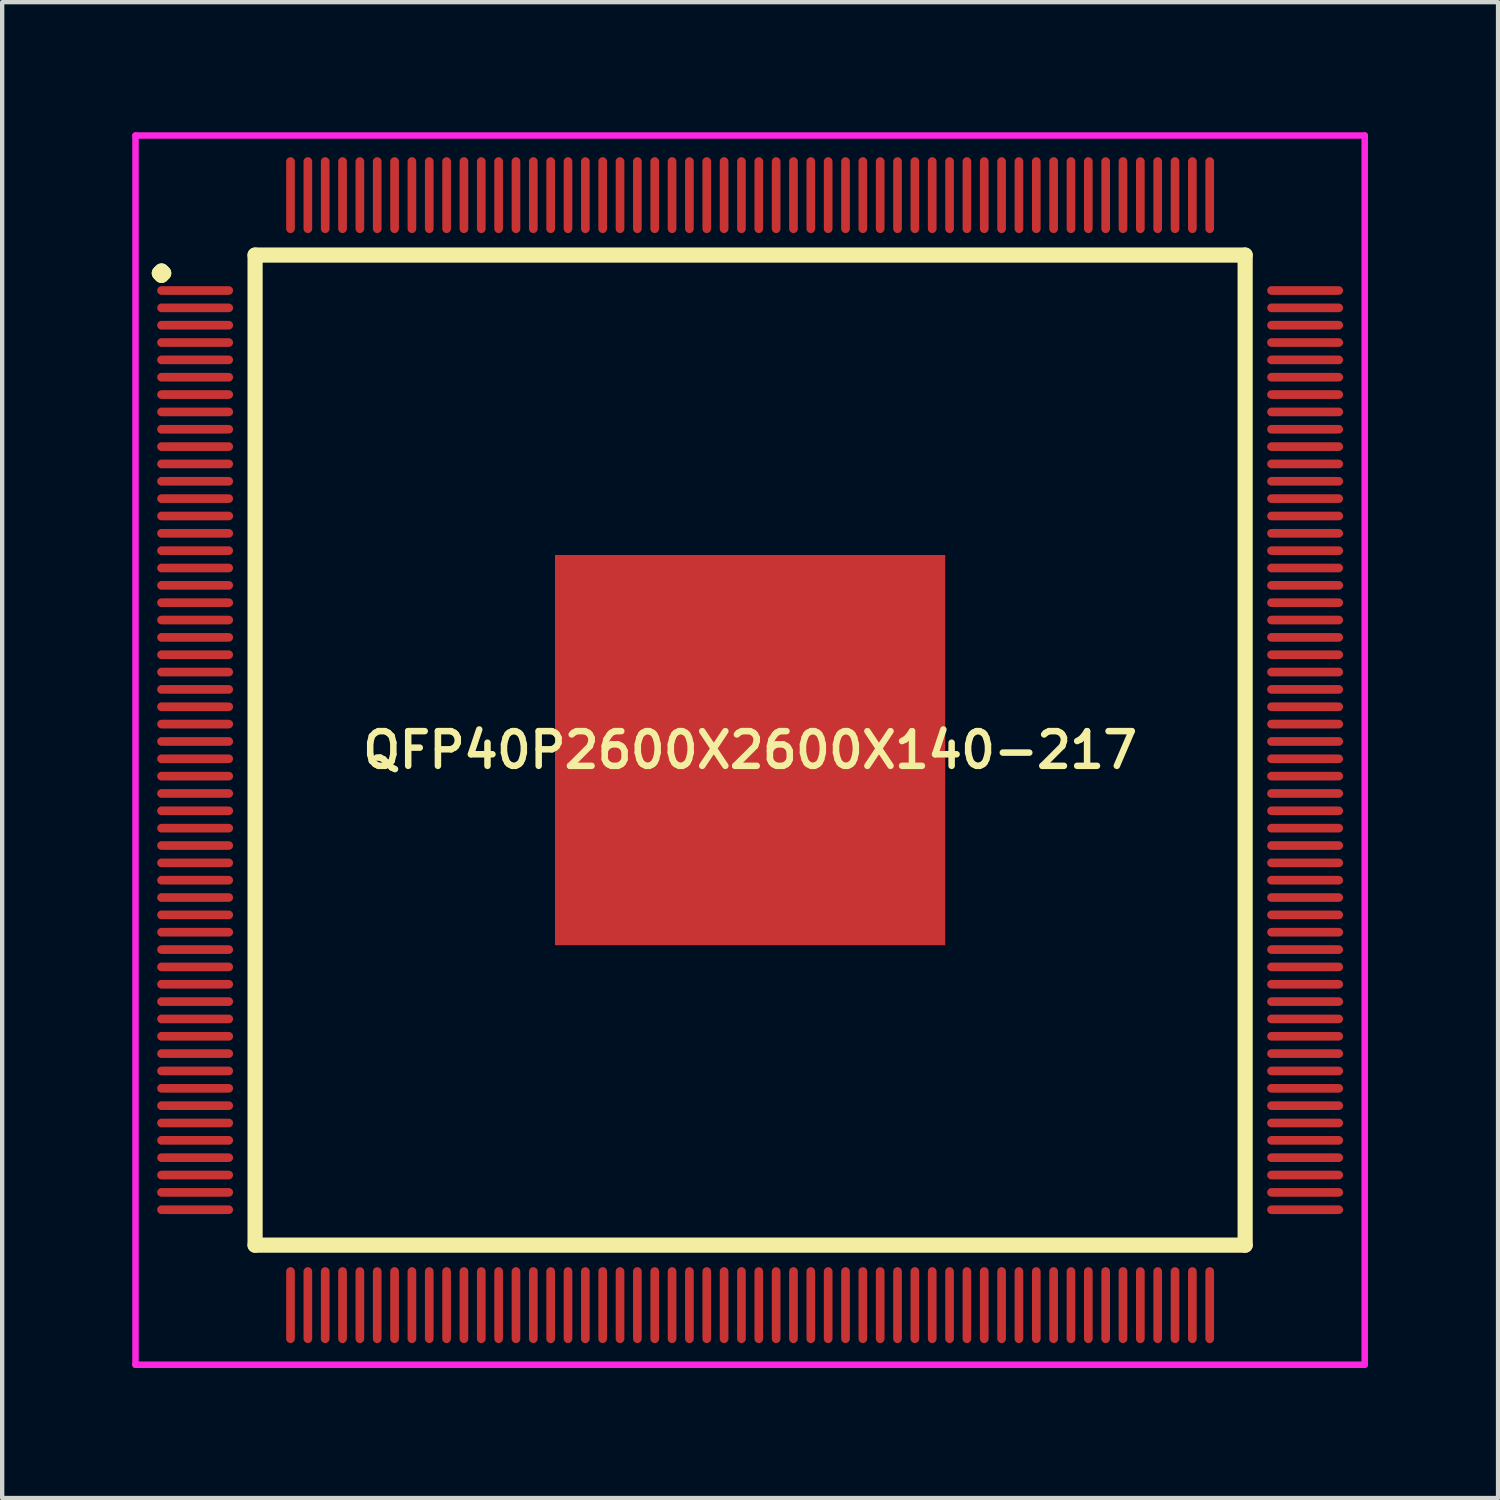
<source format=kicad_pcb>
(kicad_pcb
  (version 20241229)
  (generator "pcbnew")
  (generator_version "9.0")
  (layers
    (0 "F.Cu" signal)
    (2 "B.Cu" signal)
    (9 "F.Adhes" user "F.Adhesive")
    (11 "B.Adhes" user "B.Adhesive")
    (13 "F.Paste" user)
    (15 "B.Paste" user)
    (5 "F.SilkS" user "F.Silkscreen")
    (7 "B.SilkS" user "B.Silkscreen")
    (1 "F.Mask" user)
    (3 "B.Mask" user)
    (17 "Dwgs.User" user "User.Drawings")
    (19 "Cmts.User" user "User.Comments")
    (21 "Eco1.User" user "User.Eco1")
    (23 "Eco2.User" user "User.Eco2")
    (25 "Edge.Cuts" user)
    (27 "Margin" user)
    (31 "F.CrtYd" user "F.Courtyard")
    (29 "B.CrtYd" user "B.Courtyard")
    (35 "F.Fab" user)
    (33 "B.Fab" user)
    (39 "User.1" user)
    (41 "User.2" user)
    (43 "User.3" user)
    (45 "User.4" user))
  (footprint "QFP40P2600X2600X140-217"
    (layer "F.Cu")
    (at 14.25 14.25)
    (property "Reference" "QFP40P2600X2600X140-217" (at 0 0 0) (layer "F.SilkS") (effects (font (size 0.8 0.8) (thickness 0.15))))
    (attr smd)
    (fp_line (start -13.625 -11) (end -13.575 -11.05) (stroke (width 0.35) (type solid)) (layer "F.SilkS"))
    (fp_line (start -13.575 -11.05) (end -13.525 -11) (stroke (width 0.35) (type solid)) (layer "F.SilkS"))
    (fp_line (start -13.575 -10.95) (end -13.625 -11) (stroke (width 0.35) (type solid)) (layer "F.SilkS"))
    (fp_line (start -13.525 -11) (end -13.575 -10.95) (stroke (width 0.35) (type solid)) (layer "F.SilkS"))
    (fp_line (start -11.417 -11.417) (end -11.417 11.417) (stroke (width 0.35) (type solid)) (layer "F.SilkS"))
    (fp_line (start -11.417 11.417) (end 11.417 11.417) (stroke (width 0.35) (type solid)) (layer "F.SilkS"))
    (fp_line (start 11.417 -11.417) (end -11.417 -11.417) (stroke (width 0.35) (type solid)) (layer "F.SilkS"))
    (fp_line (start 11.417 11.417) (end 11.417 -11.417) (stroke (width 0.35) (type solid)) (layer "F.SilkS"))
    (fp_line (start -14.175 -14.175) (end 14.175 -14.175) (stroke (width 0.15) (type solid)) (layer "F.CrtYd"))
    (fp_line (start -14.175 14.175) (end -14.175 -14.175) (stroke (width 0.15) (type solid)) (layer "F.CrtYd"))
    (fp_line (start 14.175 -14.175) (end 14.175 14.175) (stroke (width 0.15) (type solid)) (layer "F.CrtYd"))
    (fp_line (start 14.175 14.175) (end -14.175 14.175) (stroke (width 0.15) (type solid)) (layer "F.CrtYd"))
    (pad "1" smd oval (at -12.8 -10.6) (size 1.75 0.2) (layers "F.Cu" "F.Mask" "F.Paste"))
    (pad "2" smd oval (at -12.8 -10.2) (size 1.75 0.2) (layers "F.Cu" "F.Mask" "F.Paste"))
    (pad "3" smd oval (at -12.8 -9.8) (size 1.75 0.2) (layers "F.Cu" "F.Mask" "F.Paste"))
    (pad "4" smd oval (at -12.8 -9.4) (size 1.75 0.2) (layers "F.Cu" "F.Mask" "F.Paste"))
    (pad "5" smd oval (at -12.8 -9) (size 1.75 0.2) (layers "F.Cu" "F.Mask" "F.Paste"))
    (pad "6" smd oval (at -12.8 -8.6) (size 1.75 0.2) (layers "F.Cu" "F.Mask" "F.Paste"))
    (pad "7" smd oval (at -12.8 -8.2) (size 1.75 0.2) (layers "F.Cu" "F.Mask" "F.Paste"))
    (pad "8" smd oval (at -12.8 -7.8) (size 1.75 0.2) (layers "F.Cu" "F.Mask" "F.Paste"))
    (pad "9" smd oval (at -12.8 -7.4) (size 1.75 0.2) (layers "F.Cu" "F.Mask" "F.Paste"))
    (pad "10" smd oval (at -12.8 -7) (size 1.75 0.2) (layers "F.Cu" "F.Mask" "F.Paste"))
    (pad "11" smd oval (at -12.8 -6.6) (size 1.75 0.2) (layers "F.Cu" "F.Mask" "F.Paste"))
    (pad "12" smd oval (at -12.8 -6.2) (size 1.75 0.2) (layers "F.Cu" "F.Mask" "F.Paste"))
    (pad "13" smd oval (at -12.8 -5.8) (size 1.75 0.2) (layers "F.Cu" "F.Mask" "F.Paste"))
    (pad "14" smd oval (at -12.8 -5.4) (size 1.75 0.2) (layers "F.Cu" "F.Mask" "F.Paste"))
    (pad "15" smd oval (at -12.8 -5) (size 1.75 0.2) (layers "F.Cu" "F.Mask" "F.Paste"))
    (pad "16" smd oval (at -12.8 -4.6) (size 1.75 0.2) (layers "F.Cu" "F.Mask" "F.Paste"))
    (pad "17" smd oval (at -12.8 -4.2) (size 1.75 0.2) (layers "F.Cu" "F.Mask" "F.Paste"))
    (pad "18" smd oval (at -12.8 -3.8) (size 1.75 0.2) (layers "F.Cu" "F.Mask" "F.Paste"))
    (pad "19" smd oval (at -12.8 -3.4) (size 1.75 0.2) (layers "F.Cu" "F.Mask" "F.Paste"))
    (pad "20" smd oval (at -12.8 -3) (size 1.75 0.2) (layers "F.Cu" "F.Mask" "F.Paste"))
    (pad "21" smd oval (at -12.8 -2.6) (size 1.75 0.2) (layers "F.Cu" "F.Mask" "F.Paste"))
    (pad "22" smd oval (at -12.8 -2.2) (size 1.75 0.2) (layers "F.Cu" "F.Mask" "F.Paste"))
    (pad "23" smd oval (at -12.8 -1.8) (size 1.75 0.2) (layers "F.Cu" "F.Mask" "F.Paste"))
    (pad "24" smd oval (at -12.8 -1.4) (size 1.75 0.2) (layers "F.Cu" "F.Mask" "F.Paste"))
    (pad "25" smd oval (at -12.8 -1) (size 1.75 0.2) (layers "F.Cu" "F.Mask" "F.Paste"))
    (pad "26" smd oval (at -12.8 -0.6) (size 1.75 0.2) (layers "F.Cu" "F.Mask" "F.Paste"))
    (pad "27" smd oval (at -12.8 -0.2) (size 1.75 0.2) (layers "F.Cu" "F.Mask" "F.Paste"))
    (pad "28" smd oval (at -12.8 0.2) (size 1.75 0.2) (layers "F.Cu" "F.Mask" "F.Paste"))
    (pad "29" smd oval (at -12.8 0.6) (size 1.75 0.2) (layers "F.Cu" "F.Mask" "F.Paste"))
    (pad "30" smd oval (at -12.8 1) (size 1.75 0.2) (layers "F.Cu" "F.Mask" "F.Paste"))
    (pad "31" smd oval (at -12.8 1.4) (size 1.75 0.2) (layers "F.Cu" "F.Mask" "F.Paste"))
    (pad "32" smd oval (at -12.8 1.8) (size 1.75 0.2) (layers "F.Cu" "F.Mask" "F.Paste"))
    (pad "33" smd oval (at -12.8 2.2) (size 1.75 0.2) (layers "F.Cu" "F.Mask" "F.Paste"))
    (pad "34" smd oval (at -12.8 2.6) (size 1.75 0.2) (layers "F.Cu" "F.Mask" "F.Paste"))
    (pad "35" smd oval (at -12.8 3) (size 1.75 0.2) (layers "F.Cu" "F.Mask" "F.Paste"))
    (pad "36" smd oval (at -12.8 3.4) (size 1.75 0.2) (layers "F.Cu" "F.Mask" "F.Paste"))
    (pad "37" smd oval (at -12.8 3.8) (size 1.75 0.2) (layers "F.Cu" "F.Mask" "F.Paste"))
    (pad "38" smd oval (at -12.8 4.2) (size 1.75 0.2) (layers "F.Cu" "F.Mask" "F.Paste"))
    (pad "39" smd oval (at -12.8 4.6) (size 1.75 0.2) (layers "F.Cu" "F.Mask" "F.Paste"))
    (pad "40" smd oval (at -12.8 5) (size 1.75 0.2) (layers "F.Cu" "F.Mask" "F.Paste"))
    (pad "41" smd oval (at -12.8 5.4) (size 1.75 0.2) (layers "F.Cu" "F.Mask" "F.Paste"))
    (pad "42" smd oval (at -12.8 5.8) (size 1.75 0.2) (layers "F.Cu" "F.Mask" "F.Paste"))
    (pad "43" smd oval (at -12.8 6.2) (size 1.75 0.2) (layers "F.Cu" "F.Mask" "F.Paste"))
    (pad "44" smd oval (at -12.8 6.6) (size 1.75 0.2) (layers "F.Cu" "F.Mask" "F.Paste"))
    (pad "45" smd oval (at -12.8 7) (size 1.75 0.2) (layers "F.Cu" "F.Mask" "F.Paste"))
    (pad "46" smd oval (at -12.8 7.4) (size 1.75 0.2) (layers "F.Cu" "F.Mask" "F.Paste"))
    (pad "47" smd oval (at -12.8 7.8) (size 1.75 0.2) (layers "F.Cu" "F.Mask" "F.Paste"))
    (pad "48" smd oval (at -12.8 8.2) (size 1.75 0.2) (layers "F.Cu" "F.Mask" "F.Paste"))
    (pad "49" smd oval (at -12.8 8.6) (size 1.75 0.2) (layers "F.Cu" "F.Mask" "F.Paste"))
    (pad "50" smd oval (at -12.8 9) (size 1.75 0.2) (layers "F.Cu" "F.Mask" "F.Paste"))
    (pad "51" smd oval (at -12.8 9.4) (size 1.75 0.2) (layers "F.Cu" "F.Mask" "F.Paste"))
    (pad "52" smd oval (at -12.8 9.8) (size 1.75 0.2) (layers "F.Cu" "F.Mask" "F.Paste"))
    (pad "53" smd oval (at -12.8 10.2) (size 1.75 0.2) (layers "F.Cu" "F.Mask" "F.Paste"))
    (pad "54" smd oval (at -12.8 10.6) (size 1.75 0.2) (layers "F.Cu" "F.Mask" "F.Paste"))
    (pad "55" smd oval (at -10.6 12.8) (size 0.2 1.75) (layers "F.Cu" "F.Mask" "F.Paste"))
    (pad "56" smd oval (at -10.2 12.8) (size 0.2 1.75) (layers "F.Cu" "F.Mask" "F.Paste"))
    (pad "57" smd oval (at -9.8 12.8) (size 0.2 1.75) (layers "F.Cu" "F.Mask" "F.Paste"))
    (pad "58" smd oval (at -9.4 12.8) (size 0.2 1.75) (layers "F.Cu" "F.Mask" "F.Paste"))
    (pad "59" smd oval (at -9 12.8) (size 0.2 1.75) (layers "F.Cu" "F.Mask" "F.Paste"))
    (pad "60" smd oval (at -8.6 12.8) (size 0.2 1.75) (layers "F.Cu" "F.Mask" "F.Paste"))
    (pad "61" smd oval (at -8.2 12.8) (size 0.2 1.75) (layers "F.Cu" "F.Mask" "F.Paste"))
    (pad "62" smd oval (at -7.8 12.8) (size 0.2 1.75) (layers "F.Cu" "F.Mask" "F.Paste"))
    (pad "63" smd oval (at -7.4 12.8) (size 0.2 1.75) (layers "F.Cu" "F.Mask" "F.Paste"))
    (pad "64" smd oval (at -7 12.8) (size 0.2 1.75) (layers "F.Cu" "F.Mask" "F.Paste"))
    (pad "65" smd oval (at -6.6 12.8) (size 0.2 1.75) (layers "F.Cu" "F.Mask" "F.Paste"))
    (pad "66" smd oval (at -6.2 12.8) (size 0.2 1.75) (layers "F.Cu" "F.Mask" "F.Paste"))
    (pad "67" smd oval (at -5.8 12.8) (size 0.2 1.75) (layers "F.Cu" "F.Mask" "F.Paste"))
    (pad "68" smd oval (at -5.4 12.8) (size 0.2 1.75) (layers "F.Cu" "F.Mask" "F.Paste"))
    (pad "69" smd oval (at -5 12.8) (size 0.2 1.75) (layers "F.Cu" "F.Mask" "F.Paste"))
    (pad "70" smd oval (at -4.6 12.8) (size 0.2 1.75) (layers "F.Cu" "F.Mask" "F.Paste"))
    (pad "71" smd oval (at -4.2 12.8) (size 0.2 1.75) (layers "F.Cu" "F.Mask" "F.Paste"))
    (pad "72" smd oval (at -3.8 12.8) (size 0.2 1.75) (layers "F.Cu" "F.Mask" "F.Paste"))
    (pad "73" smd oval (at -3.4 12.8) (size 0.2 1.75) (layers "F.Cu" "F.Mask" "F.Paste"))
    (pad "74" smd oval (at -3 12.8) (size 0.2 1.75) (layers "F.Cu" "F.Mask" "F.Paste"))
    (pad "75" smd oval (at -2.6 12.8) (size 0.2 1.75) (layers "F.Cu" "F.Mask" "F.Paste"))
    (pad "76" smd oval (at -2.2 12.8) (size 0.2 1.75) (layers "F.Cu" "F.Mask" "F.Paste"))
    (pad "77" smd oval (at -1.8 12.8) (size 0.2 1.75) (layers "F.Cu" "F.Mask" "F.Paste"))
    (pad "78" smd oval (at -1.4 12.8) (size 0.2 1.75) (layers "F.Cu" "F.Mask" "F.Paste"))
    (pad "79" smd oval (at -1 12.8) (size 0.2 1.75) (layers "F.Cu" "F.Mask" "F.Paste"))
    (pad "80" smd oval (at -0.6 12.8) (size 0.2 1.75) (layers "F.Cu" "F.Mask" "F.Paste"))
    (pad "81" smd oval (at -0.2 12.8) (size 0.2 1.75) (layers "F.Cu" "F.Mask" "F.Paste"))
    (pad "82" smd oval (at 0.2 12.8) (size 0.2 1.75) (layers "F.Cu" "F.Mask" "F.Paste"))
    (pad "83" smd oval (at 0.6 12.8) (size 0.2 1.75) (layers "F.Cu" "F.Mask" "F.Paste"))
    (pad "84" smd oval (at 1 12.8) (size 0.2 1.75) (layers "F.Cu" "F.Mask" "F.Paste"))
    (pad "85" smd oval (at 1.4 12.8) (size 0.2 1.75) (layers "F.Cu" "F.Mask" "F.Paste"))
    (pad "86" smd oval (at 1.8 12.8) (size 0.2 1.75) (layers "F.Cu" "F.Mask" "F.Paste"))
    (pad "87" smd oval (at 2.2 12.8) (size 0.2 1.75) (layers "F.Cu" "F.Mask" "F.Paste"))
    (pad "88" smd oval (at 2.6 12.8) (size 0.2 1.75) (layers "F.Cu" "F.Mask" "F.Paste"))
    (pad "89" smd oval (at 3 12.8) (size 0.2 1.75) (layers "F.Cu" "F.Mask" "F.Paste"))
    (pad "90" smd oval (at 3.4 12.8) (size 0.2 1.75) (layers "F.Cu" "F.Mask" "F.Paste"))
    (pad "91" smd oval (at 3.8 12.8) (size 0.2 1.75) (layers "F.Cu" "F.Mask" "F.Paste"))
    (pad "92" smd oval (at 4.2 12.8) (size 0.2 1.75) (layers "F.Cu" "F.Mask" "F.Paste"))
    (pad "93" smd oval (at 4.6 12.8) (size 0.2 1.75) (layers "F.Cu" "F.Mask" "F.Paste"))
    (pad "94" smd oval (at 5 12.8) (size 0.2 1.75) (layers "F.Cu" "F.Mask" "F.Paste"))
    (pad "95" smd oval (at 5.4 12.8) (size 0.2 1.75) (layers "F.Cu" "F.Mask" "F.Paste"))
    (pad "96" smd oval (at 5.8 12.8) (size 0.2 1.75) (layers "F.Cu" "F.Mask" "F.Paste"))
    (pad "97" smd oval (at 6.2 12.8) (size 0.2 1.75) (layers "F.Cu" "F.Mask" "F.Paste"))
    (pad "98" smd oval (at 6.6 12.8) (size 0.2 1.75) (layers "F.Cu" "F.Mask" "F.Paste"))
    (pad "99" smd oval (at 7 12.8) (size 0.2 1.75) (layers "F.Cu" "F.Mask" "F.Paste"))
    (pad "100" smd oval (at 7.4 12.8) (size 0.2 1.75) (layers "F.Cu" "F.Mask" "F.Paste"))
    (pad "101" smd oval (at 7.8 12.8) (size 0.2 1.75) (layers "F.Cu" "F.Mask" "F.Paste"))
    (pad "102" smd oval (at 8.2 12.8) (size 0.2 1.75) (layers "F.Cu" "F.Mask" "F.Paste"))
    (pad "103" smd oval (at 8.6 12.8) (size 0.2 1.75) (layers "F.Cu" "F.Mask" "F.Paste"))
    (pad "104" smd oval (at 9 12.8) (size 0.2 1.75) (layers "F.Cu" "F.Mask" "F.Paste"))
    (pad "105" smd oval (at 9.4 12.8) (size 0.2 1.75) (layers "F.Cu" "F.Mask" "F.Paste"))
    (pad "106" smd oval (at 9.8 12.8) (size 0.2 1.75) (layers "F.Cu" "F.Mask" "F.Paste"))
    (pad "107" smd oval (at 10.2 12.8) (size 0.2 1.75) (layers "F.Cu" "F.Mask" "F.Paste"))
    (pad "108" smd oval (at 10.6 12.8) (size 0.2 1.75) (layers "F.Cu" "F.Mask" "F.Paste"))
    (pad "109" smd oval (at 12.8 10.6) (size 1.75 0.2) (layers "F.Cu" "F.Mask" "F.Paste"))
    (pad "110" smd oval (at 12.8 10.2) (size 1.75 0.2) (layers "F.Cu" "F.Mask" "F.Paste"))
    (pad "111" smd oval (at 12.8 9.8) (size 1.75 0.2) (layers "F.Cu" "F.Mask" "F.Paste"))
    (pad "112" smd oval (at 12.8 9.4) (size 1.75 0.2) (layers "F.Cu" "F.Mask" "F.Paste"))
    (pad "113" smd oval (at 12.8 9) (size 1.75 0.2) (layers "F.Cu" "F.Mask" "F.Paste"))
    (pad "114" smd oval (at 12.8 8.6) (size 1.75 0.2) (layers "F.Cu" "F.Mask" "F.Paste"))
    (pad "115" smd oval (at 12.8 8.2) (size 1.75 0.2) (layers "F.Cu" "F.Mask" "F.Paste"))
    (pad "116" smd oval (at 12.8 7.8) (size 1.75 0.2) (layers "F.Cu" "F.Mask" "F.Paste"))
    (pad "117" smd oval (at 12.8 7.4) (size 1.75 0.2) (layers "F.Cu" "F.Mask" "F.Paste"))
    (pad "118" smd oval (at 12.8 7) (size 1.75 0.2) (layers "F.Cu" "F.Mask" "F.Paste"))
    (pad "119" smd oval (at 12.8 6.6) (size 1.75 0.2) (layers "F.Cu" "F.Mask" "F.Paste"))
    (pad "120" smd oval (at 12.8 6.2) (size 1.75 0.2) (layers "F.Cu" "F.Mask" "F.Paste"))
    (pad "121" smd oval (at 12.8 5.8) (size 1.75 0.2) (layers "F.Cu" "F.Mask" "F.Paste"))
    (pad "122" smd oval (at 12.8 5.4) (size 1.75 0.2) (layers "F.Cu" "F.Mask" "F.Paste"))
    (pad "123" smd oval (at 12.8 5) (size 1.75 0.2) (layers "F.Cu" "F.Mask" "F.Paste"))
    (pad "124" smd oval (at 12.8 4.6) (size 1.75 0.2) (layers "F.Cu" "F.Mask" "F.Paste"))
    (pad "125" smd oval (at 12.8 4.2) (size 1.75 0.2) (layers "F.Cu" "F.Mask" "F.Paste"))
    (pad "126" smd oval (at 12.8 3.8) (size 1.75 0.2) (layers "F.Cu" "F.Mask" "F.Paste"))
    (pad "127" smd oval (at 12.8 3.4) (size 1.75 0.2) (layers "F.Cu" "F.Mask" "F.Paste"))
    (pad "128" smd oval (at 12.8 3) (size 1.75 0.2) (layers "F.Cu" "F.Mask" "F.Paste"))
    (pad "129" smd oval (at 12.8 2.6) (size 1.75 0.2) (layers "F.Cu" "F.Mask" "F.Paste"))
    (pad "130" smd oval (at 12.8 2.2) (size 1.75 0.2) (layers "F.Cu" "F.Mask" "F.Paste"))
    (pad "131" smd oval (at 12.8 1.8) (size 1.75 0.2) (layers "F.Cu" "F.Mask" "F.Paste"))
    (pad "132" smd oval (at 12.8 1.4) (size 1.75 0.2) (layers "F.Cu" "F.Mask" "F.Paste"))
    (pad "133" smd oval (at 12.8 1) (size 1.75 0.2) (layers "F.Cu" "F.Mask" "F.Paste"))
    (pad "134" smd oval (at 12.8 0.6) (size 1.75 0.2) (layers "F.Cu" "F.Mask" "F.Paste"))
    (pad "135" smd oval (at 12.8 0.2) (size 1.75 0.2) (layers "F.Cu" "F.Mask" "F.Paste"))
    (pad "136" smd oval (at 12.8 -0.2) (size 1.75 0.2) (layers "F.Cu" "F.Mask" "F.Paste"))
    (pad "137" smd oval (at 12.8 -0.6) (size 1.75 0.2) (layers "F.Cu" "F.Mask" "F.Paste"))
    (pad "138" smd oval (at 12.8 -1) (size 1.75 0.2) (layers "F.Cu" "F.Mask" "F.Paste"))
    (pad "139" smd oval (at 12.8 -1.4) (size 1.75 0.2) (layers "F.Cu" "F.Mask" "F.Paste"))
    (pad "140" smd oval (at 12.8 -1.8) (size 1.75 0.2) (layers "F.Cu" "F.Mask" "F.Paste"))
    (pad "141" smd oval (at 12.8 -2.2) (size 1.75 0.2) (layers "F.Cu" "F.Mask" "F.Paste"))
    (pad "142" smd oval (at 12.8 -2.6) (size 1.75 0.2) (layers "F.Cu" "F.Mask" "F.Paste"))
    (pad "143" smd oval (at 12.8 -3) (size 1.75 0.2) (layers "F.Cu" "F.Mask" "F.Paste"))
    (pad "144" smd oval (at 12.8 -3.4) (size 1.75 0.2) (layers "F.Cu" "F.Mask" "F.Paste"))
    (pad "145" smd oval (at 12.8 -3.8) (size 1.75 0.2) (layers "F.Cu" "F.Mask" "F.Paste"))
    (pad "146" smd oval (at 12.8 -4.2) (size 1.75 0.2) (layers "F.Cu" "F.Mask" "F.Paste"))
    (pad "147" smd oval (at 12.8 -4.6) (size 1.75 0.2) (layers "F.Cu" "F.Mask" "F.Paste"))
    (pad "148" smd oval (at 12.8 -5) (size 1.75 0.2) (layers "F.Cu" "F.Mask" "F.Paste"))
    (pad "149" smd oval (at 12.8 -5.4) (size 1.75 0.2) (layers "F.Cu" "F.Mask" "F.Paste"))
    (pad "150" smd oval (at 12.8 -5.8) (size 1.75 0.2) (layers "F.Cu" "F.Mask" "F.Paste"))
    (pad "151" smd oval (at 12.8 -6.2) (size 1.75 0.2) (layers "F.Cu" "F.Mask" "F.Paste"))
    (pad "152" smd oval (at 12.8 -6.6) (size 1.75 0.2) (layers "F.Cu" "F.Mask" "F.Paste"))
    (pad "153" smd oval (at 12.8 -7) (size 1.75 0.2) (layers "F.Cu" "F.Mask" "F.Paste"))
    (pad "154" smd oval (at 12.8 -7.4) (size 1.75 0.2) (layers "F.Cu" "F.Mask" "F.Paste"))
    (pad "155" smd oval (at 12.8 -7.8) (size 1.75 0.2) (layers "F.Cu" "F.Mask" "F.Paste"))
    (pad "156" smd oval (at 12.8 -8.2) (size 1.75 0.2) (layers "F.Cu" "F.Mask" "F.Paste"))
    (pad "157" smd oval (at 12.8 -8.6) (size 1.75 0.2) (layers "F.Cu" "F.Mask" "F.Paste"))
    (pad "158" smd oval (at 12.8 -9) (size 1.75 0.2) (layers "F.Cu" "F.Mask" "F.Paste"))
    (pad "159" smd oval (at 12.8 -9.4) (size 1.75 0.2) (layers "F.Cu" "F.Mask" "F.Paste"))
    (pad "160" smd oval (at 12.8 -9.8) (size 1.75 0.2) (layers "F.Cu" "F.Mask" "F.Paste"))
    (pad "161" smd oval (at 12.8 -10.2) (size 1.75 0.2) (layers "F.Cu" "F.Mask" "F.Paste"))
    (pad "162" smd oval (at 12.8 -10.6) (size 1.75 0.2) (layers "F.Cu" "F.Mask" "F.Paste"))
    (pad "163" smd oval (at 10.6 -12.8) (size 0.2 1.75) (layers "F.Cu" "F.Mask" "F.Paste"))
    (pad "164" smd oval (at 10.2 -12.8) (size 0.2 1.75) (layers "F.Cu" "F.Mask" "F.Paste"))
    (pad "165" smd oval (at 9.8 -12.8) (size 0.2 1.75) (layers "F.Cu" "F.Mask" "F.Paste"))
    (pad "166" smd oval (at 9.4 -12.8) (size 0.2 1.75) (layers "F.Cu" "F.Mask" "F.Paste"))
    (pad "167" smd oval (at 9 -12.8) (size 0.2 1.75) (layers "F.Cu" "F.Mask" "F.Paste"))
    (pad "168" smd oval (at 8.6 -12.8) (size 0.2 1.75) (layers "F.Cu" "F.Mask" "F.Paste"))
    (pad "169" smd oval (at 8.2 -12.8) (size 0.2 1.75) (layers "F.Cu" "F.Mask" "F.Paste"))
    (pad "170" smd oval (at 7.8 -12.8) (size 0.2 1.75) (layers "F.Cu" "F.Mask" "F.Paste"))
    (pad "171" smd oval (at 7.4 -12.8) (size 0.2 1.75) (layers "F.Cu" "F.Mask" "F.Paste"))
    (pad "172" smd oval (at 7 -12.8) (size 0.2 1.75) (layers "F.Cu" "F.Mask" "F.Paste"))
    (pad "173" smd oval (at 6.6 -12.8) (size 0.2 1.75) (layers "F.Cu" "F.Mask" "F.Paste"))
    (pad "174" smd oval (at 6.2 -12.8) (size 0.2 1.75) (layers "F.Cu" "F.Mask" "F.Paste"))
    (pad "175" smd oval (at 5.8 -12.8) (size 0.2 1.75) (layers "F.Cu" "F.Mask" "F.Paste"))
    (pad "176" smd oval (at 5.4 -12.8) (size 0.2 1.75) (layers "F.Cu" "F.Mask" "F.Paste"))
    (pad "177" smd oval (at 5 -12.8) (size 0.2 1.75) (layers "F.Cu" "F.Mask" "F.Paste"))
    (pad "178" smd oval (at 4.6 -12.8) (size 0.2 1.75) (layers "F.Cu" "F.Mask" "F.Paste"))
    (pad "179" smd oval (at 4.2 -12.8) (size 0.2 1.75) (layers "F.Cu" "F.Mask" "F.Paste"))
    (pad "180" smd oval (at 3.8 -12.8) (size 0.2 1.75) (layers "F.Cu" "F.Mask" "F.Paste"))
    (pad "181" smd oval (at 3.4 -12.8) (size 0.2 1.75) (layers "F.Cu" "F.Mask" "F.Paste"))
    (pad "182" smd oval (at 3 -12.8) (size 0.2 1.75) (layers "F.Cu" "F.Mask" "F.Paste"))
    (pad "183" smd oval (at 2.6 -12.8) (size 0.2 1.75) (layers "F.Cu" "F.Mask" "F.Paste"))
    (pad "184" smd oval (at 2.2 -12.8) (size 0.2 1.75) (layers "F.Cu" "F.Mask" "F.Paste"))
    (pad "185" smd oval (at 1.8 -12.8) (size 0.2 1.75) (layers "F.Cu" "F.Mask" "F.Paste"))
    (pad "186" smd oval (at 1.4 -12.8) (size 0.2 1.75) (layers "F.Cu" "F.Mask" "F.Paste"))
    (pad "187" smd oval (at 1 -12.8) (size 0.2 1.75) (layers "F.Cu" "F.Mask" "F.Paste"))
    (pad "188" smd oval (at 0.6 -12.8) (size 0.2 1.75) (layers "F.Cu" "F.Mask" "F.Paste"))
    (pad "189" smd oval (at 0.2 -12.8) (size 0.2 1.75) (layers "F.Cu" "F.Mask" "F.Paste"))
    (pad "190" smd oval (at -0.2 -12.8) (size 0.2 1.75) (layers "F.Cu" "F.Mask" "F.Paste"))
    (pad "191" smd oval (at -0.6 -12.8) (size 0.2 1.75) (layers "F.Cu" "F.Mask" "F.Paste"))
    (pad "192" smd oval (at -1 -12.8) (size 0.2 1.75) (layers "F.Cu" "F.Mask" "F.Paste"))
    (pad "193" smd oval (at -1.4 -12.8) (size 0.2 1.75) (layers "F.Cu" "F.Mask" "F.Paste"))
    (pad "194" smd oval (at -1.8 -12.8) (size 0.2 1.75) (layers "F.Cu" "F.Mask" "F.Paste"))
    (pad "195" smd oval (at -2.2 -12.8) (size 0.2 1.75) (layers "F.Cu" "F.Mask" "F.Paste"))
    (pad "196" smd oval (at -2.6 -12.8) (size 0.2 1.75) (layers "F.Cu" "F.Mask" "F.Paste"))
    (pad "197" smd oval (at -3 -12.8) (size 0.2 1.75) (layers "F.Cu" "F.Mask" "F.Paste"))
    (pad "198" smd oval (at -3.4 -12.8) (size 0.2 1.75) (layers "F.Cu" "F.Mask" "F.Paste"))
    (pad "199" smd oval (at -3.8 -12.8) (size 0.2 1.75) (layers "F.Cu" "F.Mask" "F.Paste"))
    (pad "200" smd oval (at -4.2 -12.8) (size 0.2 1.75) (layers "F.Cu" "F.Mask" "F.Paste"))
    (pad "201" smd oval (at -4.6 -12.8) (size 0.2 1.75) (layers "F.Cu" "F.Mask" "F.Paste"))
    (pad "202" smd oval (at -5 -12.8) (size 0.2 1.75) (layers "F.Cu" "F.Mask" "F.Paste"))
    (pad "203" smd oval (at -5.4 -12.8) (size 0.2 1.75) (layers "F.Cu" "F.Mask" "F.Paste"))
    (pad "204" smd oval (at -5.8 -12.8) (size 0.2 1.75) (layers "F.Cu" "F.Mask" "F.Paste"))
    (pad "205" smd oval (at -6.2 -12.8) (size 0.2 1.75) (layers "F.Cu" "F.Mask" "F.Paste"))
    (pad "206" smd oval (at -6.6 -12.8) (size 0.2 1.75) (layers "F.Cu" "F.Mask" "F.Paste"))
    (pad "207" smd oval (at -7 -12.8) (size 0.2 1.75) (layers "F.Cu" "F.Mask" "F.Paste"))
    (pad "208" smd oval (at -7.4 -12.8) (size 0.2 1.75) (layers "F.Cu" "F.Mask" "F.Paste"))
    (pad "209" smd oval (at -7.8 -12.8) (size 0.2 1.75) (layers "F.Cu" "F.Mask" "F.Paste"))
    (pad "210" smd oval (at -8.2 -12.8) (size 0.2 1.75) (layers "F.Cu" "F.Mask" "F.Paste"))
    (pad "211" smd oval (at -8.6 -12.8) (size 0.2 1.75) (layers "F.Cu" "F.Mask" "F.Paste"))
    (pad "212" smd oval (at -9 -12.8) (size 0.2 1.75) (layers "F.Cu" "F.Mask" "F.Paste"))
    (pad "213" smd oval (at -9.4 -12.8) (size 0.2 1.75) (layers "F.Cu" "F.Mask" "F.Paste"))
    (pad "214" smd oval (at -9.8 -12.8) (size 0.2 1.75) (layers "F.Cu" "F.Mask" "F.Paste"))
    (pad "215" smd oval (at -10.2 -12.8) (size 0.2 1.75) (layers "F.Cu" "F.Mask" "F.Paste"))
    (pad "216" smd oval (at -10.6 -12.8) (size 0.2 1.75) (layers "F.Cu" "F.Mask" "F.Paste"))
    (pad "217" smd rect (at 0 0) (size 9 9) (layers "F.Cu" "F.Mask" "F.Paste")))
  (gr_rect
    (start -3 -3)
    (end 31.5 31.5)
    (stroke (width 0.1) (type default))
    (fill no)
    (layer "Edge.Cuts")))
</source>
